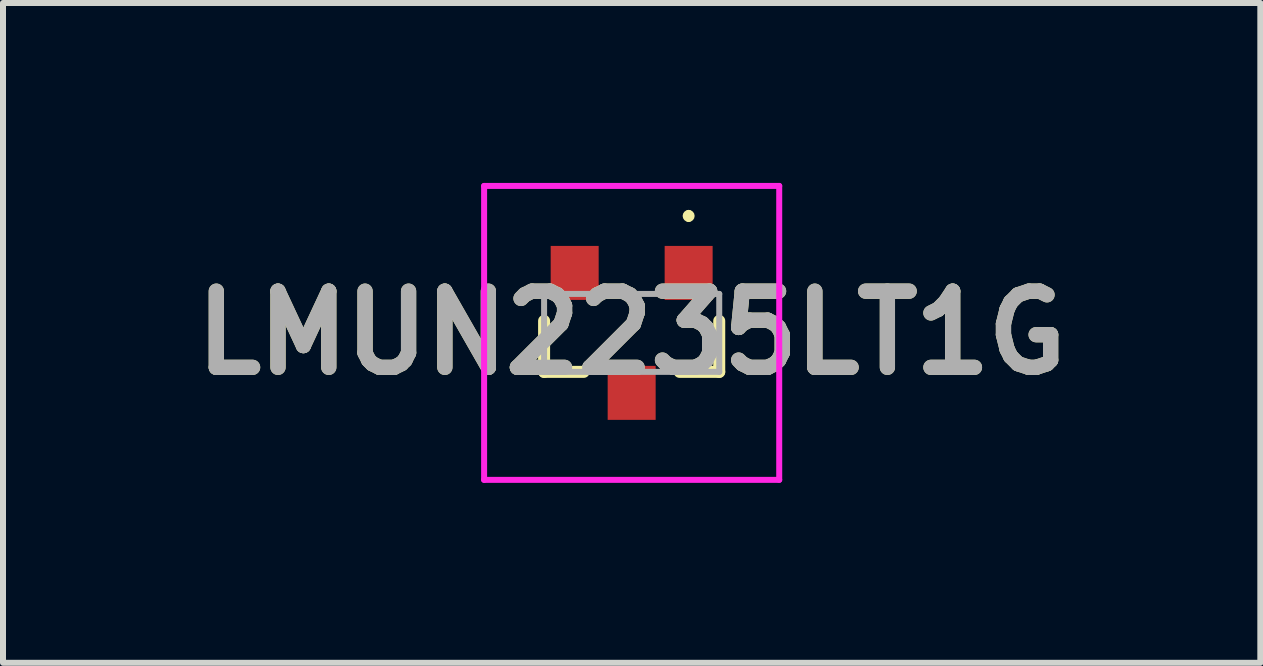
<source format=kicad_pcb>
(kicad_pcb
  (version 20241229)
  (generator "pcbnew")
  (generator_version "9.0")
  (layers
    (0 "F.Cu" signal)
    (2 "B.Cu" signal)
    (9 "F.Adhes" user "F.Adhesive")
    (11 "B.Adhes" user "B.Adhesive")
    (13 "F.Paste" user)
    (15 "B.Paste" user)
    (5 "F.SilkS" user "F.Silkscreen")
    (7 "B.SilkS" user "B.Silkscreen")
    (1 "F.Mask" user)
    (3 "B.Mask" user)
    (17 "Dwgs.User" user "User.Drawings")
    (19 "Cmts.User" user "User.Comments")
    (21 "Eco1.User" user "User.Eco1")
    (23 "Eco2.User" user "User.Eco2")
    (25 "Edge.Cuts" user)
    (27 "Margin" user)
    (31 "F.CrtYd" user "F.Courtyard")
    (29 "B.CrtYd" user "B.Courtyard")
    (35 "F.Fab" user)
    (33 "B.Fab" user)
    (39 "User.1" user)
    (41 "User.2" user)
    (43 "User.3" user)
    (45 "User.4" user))
  (footprint "LMUN2235LT1G"
    (layer "F.Cu")
    (at 7.481 2.5)
    (property "Reference" "LMUN2235LT1G" (at 0 0 0) (layer "F.SilkS") (effects (font (size 1.27 1.27) (thickness 0.254))))
    (attr smd)
    (fp_line (start -1.46 -0.2) (end -1.46 0.65) (stroke (width 0.2) (type solid)) (layer "F.SilkS"))
    (fp_line (start -1.46 0.65) (end -0.8 0.65) (stroke (width 0.2) (type solid)) (layer "F.SilkS"))
    (fp_line (start 0.95 -2) (end 0.95 -2) (stroke (width 0.1) (type solid)) (layer "F.SilkS"))
    (fp_line (start 0.95 -1.9) (end 0.95 -1.9) (stroke (width 0.1) (type solid)) (layer "F.SilkS"))
    (fp_line (start 1.46 -0.2) (end 1.46 0.65) (stroke (width 0.2) (type solid)) (layer "F.SilkS"))
    (fp_line (start 1.46 0.65) (end 0.8 0.65) (stroke (width 0.2) (type solid)) (layer "F.SilkS"))
    (fp_arc (start 0.95 -2) (mid 1 -1.95) (end 0.95 -1.9) (stroke (width 0.1) (type solid)) (layer "F.SilkS"))
    (fp_arc (start 0.95 -1.9) (mid 0.9 -1.95) (end 0.95 -2) (stroke (width 0.1) (type solid)) (layer "F.SilkS"))
    (fp_line (start -2.46 -2.45) (end 2.46 -2.45) (stroke (width 0.1) (type solid)) (layer "F.CrtYd"))
    (fp_line (start -2.46 2.45) (end -2.46 -2.45) (stroke (width 0.1) (type solid)) (layer "F.CrtYd"))
    (fp_line (start 2.46 -2.45) (end 2.46 2.45) (stroke (width 0.1) (type solid)) (layer "F.CrtYd"))
    (fp_line (start 2.46 2.45) (end -2.46 2.45) (stroke (width 0.1) (type solid)) (layer "F.CrtYd"))
    (fp_line (start -1.46 -0.65) (end 1.46 -0.65) (stroke (width 0.1) (type solid)) (layer "F.Fab"))
    (fp_line (start -1.46 0.65) (end -1.46 -0.65) (stroke (width 0.1) (type solid)) (layer "F.Fab"))
    (fp_line (start 1.46 -0.65) (end 1.46 0.65) (stroke (width 0.1) (type solid)) (layer "F.Fab"))
    (fp_line (start 1.46 0.65) (end -1.46 0.65) (stroke (width 0.1) (type solid)) (layer "F.Fab"))
    (fp_text user "${REFERENCE}" (at 0 0 0) (layer "F.Fab") (effects (font (size 1.27 1.27) (thickness 0.254))))
    (pad "1" smd rect (at 0.95 -1) (size 0.8 0.9) (layers "F.Cu" "F.Mask" "F.Paste"))
    (pad "2" smd rect (at -0.95 -1) (size 0.8 0.9) (layers "F.Cu" "F.Mask" "F.Paste"))
    (pad "3" smd rect (at 0 1) (size 0.8 0.9) (layers "F.Cu" "F.Mask" "F.Paste")))
  (gr_rect
    (start -3 -3)
    (end 17.962 8)
    (stroke (width 0.1) (type default))
    (fill no)
    (layer "Edge.Cuts")))
</source>
